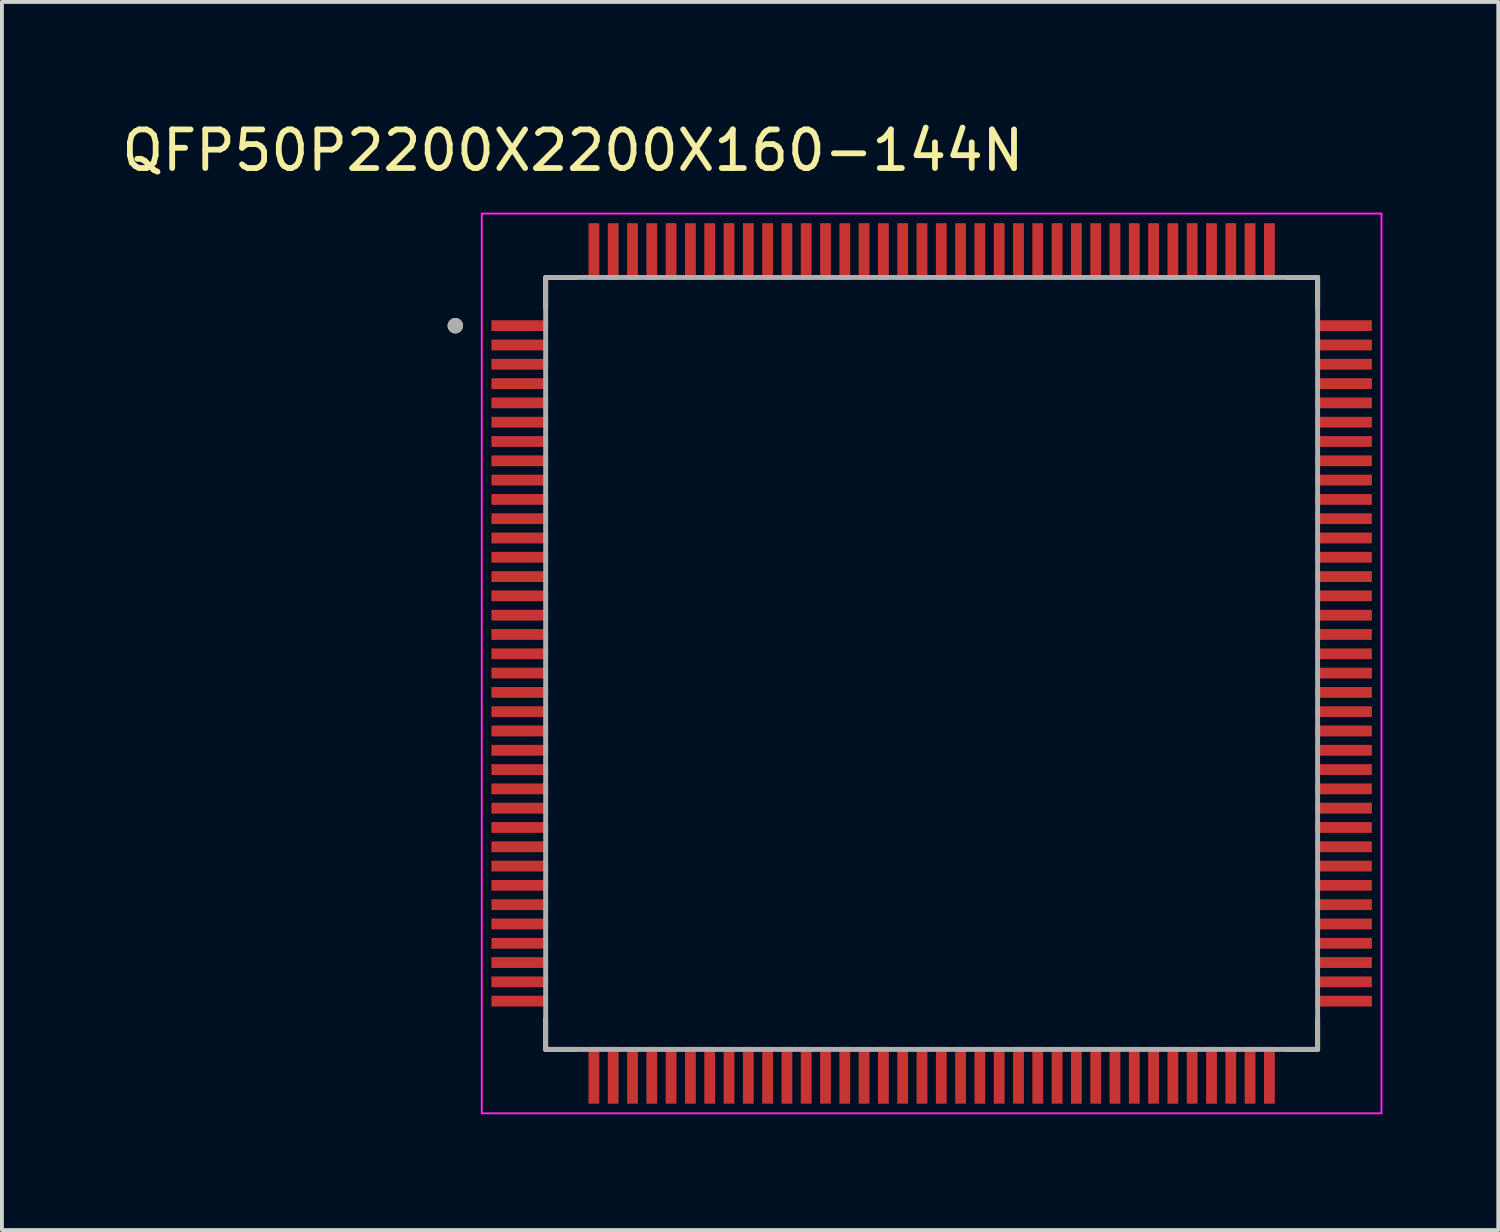
<source format=kicad_pcb>
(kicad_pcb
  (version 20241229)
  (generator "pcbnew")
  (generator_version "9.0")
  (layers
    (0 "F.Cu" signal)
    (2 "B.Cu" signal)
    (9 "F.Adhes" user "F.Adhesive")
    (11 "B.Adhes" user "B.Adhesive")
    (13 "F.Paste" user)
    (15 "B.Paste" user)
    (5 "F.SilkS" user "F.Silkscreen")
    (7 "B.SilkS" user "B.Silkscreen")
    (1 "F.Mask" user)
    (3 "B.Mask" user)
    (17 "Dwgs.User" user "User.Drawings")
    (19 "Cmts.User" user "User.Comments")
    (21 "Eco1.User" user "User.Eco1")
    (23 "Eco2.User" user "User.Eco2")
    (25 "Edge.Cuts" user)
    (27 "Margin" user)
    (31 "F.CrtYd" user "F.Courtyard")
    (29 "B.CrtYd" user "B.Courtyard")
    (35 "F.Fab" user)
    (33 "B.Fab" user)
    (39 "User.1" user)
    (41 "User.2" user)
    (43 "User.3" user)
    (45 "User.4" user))
  (footprint "QFP50P2200X2200X160-144N"
    (layer "F.Cu")
    (at 21.087 14.138)
    (property "Reference" "QFP50P2200X2200X160-144N" (at -9.295 -13.29 0) (layer "F.SilkS") (effects (font (size 1 1) (thickness 0.15))))
    (attr smd)
    (fp_line (start -10 -10) (end -10 -9.21) (stroke (width 0.127) (type solid)) (layer "F.SilkS"))
    (fp_line (start -10 -10) (end -9.21 -10) (stroke (width 0.127) (type solid)) (layer "F.SilkS"))
    (fp_line (start -10 10) (end -10 9.21) (stroke (width 0.127) (type solid)) (layer "F.SilkS"))
    (fp_line (start -10 10) (end -9.21 10) (stroke (width 0.127) (type solid)) (layer "F.SilkS"))
    (fp_line (start 10 -10) (end 9.21 -10) (stroke (width 0.127) (type solid)) (layer "F.SilkS"))
    (fp_line (start 10 -10) (end 10 -9.21) (stroke (width 0.127) (type solid)) (layer "F.SilkS"))
    (fp_line (start 10 10) (end 9.21 10) (stroke (width 0.127) (type solid)) (layer "F.SilkS"))
    (fp_line (start 10 10) (end 10 9.21) (stroke (width 0.127) (type solid)) (layer "F.SilkS"))
    (fp_circle (center -12.34 -8.75) (end -12.24 -8.75) (stroke (width 0.2) (type solid)) (fill no) (layer "F.SilkS"))
    (fp_line (start -11.655 -11.655) (end 11.655 -11.655) (stroke (width 0.05) (type solid)) (layer "F.CrtYd"))
    (fp_line (start -11.655 11.655) (end -11.655 -11.655) (stroke (width 0.05) (type solid)) (layer "F.CrtYd"))
    (fp_line (start -11.655 11.655) (end 11.655 11.655) (stroke (width 0.05) (type solid)) (layer "F.CrtYd"))
    (fp_line (start 11.655 11.655) (end 11.655 -11.655) (stroke (width 0.05) (type solid)) (layer "F.CrtYd"))
    (fp_line (start -10 10) (end -10 -10) (stroke (width 0.127) (type solid)) (layer "F.Fab"))
    (fp_line (start 10 -10) (end -10 -10) (stroke (width 0.127) (type solid)) (layer "F.Fab"))
    (fp_line (start 10 10) (end -10 10) (stroke (width 0.127) (type solid)) (layer "F.Fab"))
    (fp_line (start 10 10) (end 10 -10) (stroke (width 0.127) (type solid)) (layer "F.Fab"))
    (fp_circle (center -12.34 -8.75) (end -12.24 -8.75) (stroke (width 0.2) (type solid)) (fill no) (layer "F.Fab"))
    (pad "1" smd roundrect (at -10.67 -8.75) (size 1.47 0.28) (layers "F.Cu" "F.Mask" "F.Paste") (roundrect_rratio 0.04))
    (pad "2" smd roundrect (at -10.67 -8.25) (size 1.47 0.28) (layers "F.Cu" "F.Mask" "F.Paste") (roundrect_rratio 0.04))
    (pad "3" smd roundrect (at -10.67 -7.75) (size 1.47 0.28) (layers "F.Cu" "F.Mask" "F.Paste") (roundrect_rratio 0.04))
    (pad "4" smd roundrect (at -10.67 -7.25) (size 1.47 0.28) (layers "F.Cu" "F.Mask" "F.Paste") (roundrect_rratio 0.04))
    (pad "5" smd roundrect (at -10.67 -6.75) (size 1.47 0.28) (layers "F.Cu" "F.Mask" "F.Paste") (roundrect_rratio 0.04))
    (pad "6" smd roundrect (at -10.67 -6.25) (size 1.47 0.28) (layers "F.Cu" "F.Mask" "F.Paste") (roundrect_rratio 0.04))
    (pad "7" smd roundrect (at -10.67 -5.75) (size 1.47 0.28) (layers "F.Cu" "F.Mask" "F.Paste") (roundrect_rratio 0.04))
    (pad "8" smd roundrect (at -10.67 -5.25) (size 1.47 0.28) (layers "F.Cu" "F.Mask" "F.Paste") (roundrect_rratio 0.04))
    (pad "9" smd roundrect (at -10.67 -4.75) (size 1.47 0.28) (layers "F.Cu" "F.Mask" "F.Paste") (roundrect_rratio 0.04))
    (pad "10" smd roundrect (at -10.67 -4.25) (size 1.47 0.28) (layers "F.Cu" "F.Mask" "F.Paste") (roundrect_rratio 0.04))
    (pad "11" smd roundrect (at -10.67 -3.75) (size 1.47 0.28) (layers "F.Cu" "F.Mask" "F.Paste") (roundrect_rratio 0.04))
    (pad "12" smd roundrect (at -10.67 -3.25) (size 1.47 0.28) (layers "F.Cu" "F.Mask" "F.Paste") (roundrect_rratio 0.04))
    (pad "13" smd roundrect (at -10.67 -2.75) (size 1.47 0.28) (layers "F.Cu" "F.Mask" "F.Paste") (roundrect_rratio 0.04))
    (pad "14" smd roundrect (at -10.67 -2.25) (size 1.47 0.28) (layers "F.Cu" "F.Mask" "F.Paste") (roundrect_rratio 0.04))
    (pad "15" smd roundrect (at -10.67 -1.75) (size 1.47 0.28) (layers "F.Cu" "F.Mask" "F.Paste") (roundrect_rratio 0.04))
    (pad "16" smd roundrect (at -10.67 -1.25) (size 1.47 0.28) (layers "F.Cu" "F.Mask" "F.Paste") (roundrect_rratio 0.04))
    (pad "17" smd roundrect (at -10.67 -0.75) (size 1.47 0.28) (layers "F.Cu" "F.Mask" "F.Paste") (roundrect_rratio 0.04))
    (pad "18" smd roundrect (at -10.67 -0.25) (size 1.47 0.28) (layers "F.Cu" "F.Mask" "F.Paste") (roundrect_rratio 0.04))
    (pad "19" smd roundrect (at -10.67 0.25) (size 1.47 0.28) (layers "F.Cu" "F.Mask" "F.Paste") (roundrect_rratio 0.04))
    (pad "20" smd roundrect (at -10.67 0.75) (size 1.47 0.28) (layers "F.Cu" "F.Mask" "F.Paste") (roundrect_rratio 0.04))
    (pad "21" smd roundrect (at -10.67 1.25) (size 1.47 0.28) (layers "F.Cu" "F.Mask" "F.Paste") (roundrect_rratio 0.04))
    (pad "22" smd roundrect (at -10.67 1.75) (size 1.47 0.28) (layers "F.Cu" "F.Mask" "F.Paste") (roundrect_rratio 0.04))
    (pad "23" smd roundrect (at -10.67 2.25) (size 1.47 0.28) (layers "F.Cu" "F.Mask" "F.Paste") (roundrect_rratio 0.04))
    (pad "24" smd roundrect (at -10.67 2.75) (size 1.47 0.28) (layers "F.Cu" "F.Mask" "F.Paste") (roundrect_rratio 0.04))
    (pad "25" smd roundrect (at -10.67 3.25) (size 1.47 0.28) (layers "F.Cu" "F.Mask" "F.Paste") (roundrect_rratio 0.04))
    (pad "26" smd roundrect (at -10.67 3.75) (size 1.47 0.28) (layers "F.Cu" "F.Mask" "F.Paste") (roundrect_rratio 0.04))
    (pad "27" smd roundrect (at -10.67 4.25) (size 1.47 0.28) (layers "F.Cu" "F.Mask" "F.Paste") (roundrect_rratio 0.04))
    (pad "28" smd roundrect (at -10.67 4.75) (size 1.47 0.28) (layers "F.Cu" "F.Mask" "F.Paste") (roundrect_rratio 0.04))
    (pad "29" smd roundrect (at -10.67 5.25) (size 1.47 0.28) (layers "F.Cu" "F.Mask" "F.Paste") (roundrect_rratio 0.04))
    (pad "30" smd roundrect (at -10.67 5.75) (size 1.47 0.28) (layers "F.Cu" "F.Mask" "F.Paste") (roundrect_rratio 0.04))
    (pad "31" smd roundrect (at -10.67 6.25) (size 1.47 0.28) (layers "F.Cu" "F.Mask" "F.Paste") (roundrect_rratio 0.04))
    (pad "32" smd roundrect (at -10.67 6.75) (size 1.47 0.28) (layers "F.Cu" "F.Mask" "F.Paste") (roundrect_rratio 0.04))
    (pad "33" smd roundrect (at -10.67 7.25) (size 1.47 0.28) (layers "F.Cu" "F.Mask" "F.Paste") (roundrect_rratio 0.04))
    (pad "34" smd roundrect (at -10.67 7.75) (size 1.47 0.28) (layers "F.Cu" "F.Mask" "F.Paste") (roundrect_rratio 0.04))
    (pad "35" smd roundrect (at -10.67 8.25) (size 1.47 0.28) (layers "F.Cu" "F.Mask" "F.Paste") (roundrect_rratio 0.04))
    (pad "36" smd roundrect (at -10.67 8.75) (size 1.47 0.28) (layers "F.Cu" "F.Mask" "F.Paste") (roundrect_rratio 0.04))
    (pad "37" smd roundrect (at -8.75 10.67 90) (size 1.47 0.28) (layers "F.Cu" "F.Mask" "F.Paste") (roundrect_rratio 0.04))
    (pad "38" smd roundrect (at -8.25 10.67 90) (size 1.47 0.28) (layers "F.Cu" "F.Mask" "F.Paste") (roundrect_rratio 0.04))
    (pad "39" smd roundrect (at -7.75 10.67 90) (size 1.47 0.28) (layers "F.Cu" "F.Mask" "F.Paste") (roundrect_rratio 0.04))
    (pad "40" smd roundrect (at -7.25 10.67 90) (size 1.47 0.28) (layers "F.Cu" "F.Mask" "F.Paste") (roundrect_rratio 0.04))
    (pad "41" smd roundrect (at -6.75 10.67 90) (size 1.47 0.28) (layers "F.Cu" "F.Mask" "F.Paste") (roundrect_rratio 0.04))
    (pad "42" smd roundrect (at -6.25 10.67 90) (size 1.47 0.28) (layers "F.Cu" "F.Mask" "F.Paste") (roundrect_rratio 0.04))
    (pad "43" smd roundrect (at -5.75 10.67 90) (size 1.47 0.28) (layers "F.Cu" "F.Mask" "F.Paste") (roundrect_rratio 0.04))
    (pad "44" smd roundrect (at -5.25 10.67 90) (size 1.47 0.28) (layers "F.Cu" "F.Mask" "F.Paste") (roundrect_rratio 0.04))
    (pad "45" smd roundrect (at -4.75 10.67 90) (size 1.47 0.28) (layers "F.Cu" "F.Mask" "F.Paste") (roundrect_rratio 0.04))
    (pad "46" smd roundrect (at -4.25 10.67 90) (size 1.47 0.28) (layers "F.Cu" "F.Mask" "F.Paste") (roundrect_rratio 0.04))
    (pad "47" smd roundrect (at -3.75 10.67 90) (size 1.47 0.28) (layers "F.Cu" "F.Mask" "F.Paste") (roundrect_rratio 0.04))
    (pad "48" smd roundrect (at -3.25 10.67 90) (size 1.47 0.28) (layers "F.Cu" "F.Mask" "F.Paste") (roundrect_rratio 0.04))
    (pad "49" smd roundrect (at -2.75 10.67 90) (size 1.47 0.28) (layers "F.Cu" "F.Mask" "F.Paste") (roundrect_rratio 0.04))
    (pad "50" smd roundrect (at -2.25 10.67 90) (size 1.47 0.28) (layers "F.Cu" "F.Mask" "F.Paste") (roundrect_rratio 0.04))
    (pad "51" smd roundrect (at -1.75 10.67 90) (size 1.47 0.28) (layers "F.Cu" "F.Mask" "F.Paste") (roundrect_rratio 0.04))
    (pad "52" smd roundrect (at -1.25 10.67 90) (size 1.47 0.28) (layers "F.Cu" "F.Mask" "F.Paste") (roundrect_rratio 0.04))
    (pad "53" smd roundrect (at -0.75 10.67 90) (size 1.47 0.28) (layers "F.Cu" "F.Mask" "F.Paste") (roundrect_rratio 0.04))
    (pad "54" smd roundrect (at -0.25 10.67 90) (size 1.47 0.28) (layers "F.Cu" "F.Mask" "F.Paste") (roundrect_rratio 0.04))
    (pad "55" smd roundrect (at 0.25 10.67 90) (size 1.47 0.28) (layers "F.Cu" "F.Mask" "F.Paste") (roundrect_rratio 0.04))
    (pad "56" smd roundrect (at 0.75 10.67 90) (size 1.47 0.28) (layers "F.Cu" "F.Mask" "F.Paste") (roundrect_rratio 0.04))
    (pad "57" smd roundrect (at 1.25 10.67 90) (size 1.47 0.28) (layers "F.Cu" "F.Mask" "F.Paste") (roundrect_rratio 0.04))
    (pad "58" smd roundrect (at 1.75 10.67 90) (size 1.47 0.28) (layers "F.Cu" "F.Mask" "F.Paste") (roundrect_rratio 0.04))
    (pad "59" smd roundrect (at 2.25 10.67 90) (size 1.47 0.28) (layers "F.Cu" "F.Mask" "F.Paste") (roundrect_rratio 0.04))
    (pad "60" smd roundrect (at 2.75 10.67 90) (size 1.47 0.28) (layers "F.Cu" "F.Mask" "F.Paste") (roundrect_rratio 0.04))
    (pad "61" smd roundrect (at 3.25 10.67 90) (size 1.47 0.28) (layers "F.Cu" "F.Mask" "F.Paste") (roundrect_rratio 0.04))
    (pad "62" smd roundrect (at 3.75 10.67 90) (size 1.47 0.28) (layers "F.Cu" "F.Mask" "F.Paste") (roundrect_rratio 0.04))
    (pad "63" smd roundrect (at 4.25 10.67 90) (size 1.47 0.28) (layers "F.Cu" "F.Mask" "F.Paste") (roundrect_rratio 0.04))
    (pad "64" smd roundrect (at 4.75 10.67 90) (size 1.47 0.28) (layers "F.Cu" "F.Mask" "F.Paste") (roundrect_rratio 0.04))
    (pad "65" smd roundrect (at 5.25 10.67 90) (size 1.47 0.28) (layers "F.Cu" "F.Mask" "F.Paste") (roundrect_rratio 0.04))
    (pad "66" smd roundrect (at 5.75 10.67 90) (size 1.47 0.28) (layers "F.Cu" "F.Mask" "F.Paste") (roundrect_rratio 0.04))
    (pad "67" smd roundrect (at 6.25 10.67 90) (size 1.47 0.28) (layers "F.Cu" "F.Mask" "F.Paste") (roundrect_rratio 0.04))
    (pad "68" smd roundrect (at 6.75 10.67 90) (size 1.47 0.28) (layers "F.Cu" "F.Mask" "F.Paste") (roundrect_rratio 0.04))
    (pad "69" smd roundrect (at 7.25 10.67 90) (size 1.47 0.28) (layers "F.Cu" "F.Mask" "F.Paste") (roundrect_rratio 0.04))
    (pad "70" smd roundrect (at 7.75 10.67 90) (size 1.47 0.28) (layers "F.Cu" "F.Mask" "F.Paste") (roundrect_rratio 0.04))
    (pad "71" smd roundrect (at 8.25 10.67 90) (size 1.47 0.28) (layers "F.Cu" "F.Mask" "F.Paste") (roundrect_rratio 0.04))
    (pad "72" smd roundrect (at 8.75 10.67 90) (size 1.47 0.28) (layers "F.Cu" "F.Mask" "F.Paste") (roundrect_rratio 0.04))
    (pad "73" smd roundrect (at 10.67 8.75) (size 1.47 0.28) (layers "F.Cu" "F.Mask" "F.Paste") (roundrect_rratio 0.04))
    (pad "74" smd roundrect (at 10.67 8.25) (size 1.47 0.28) (layers "F.Cu" "F.Mask" "F.Paste") (roundrect_rratio 0.04))
    (pad "75" smd roundrect (at 10.67 7.75) (size 1.47 0.28) (layers "F.Cu" "F.Mask" "F.Paste") (roundrect_rratio 0.04))
    (pad "76" smd roundrect (at 10.67 7.25) (size 1.47 0.28) (layers "F.Cu" "F.Mask" "F.Paste") (roundrect_rratio 0.04))
    (pad "77" smd roundrect (at 10.67 6.75) (size 1.47 0.28) (layers "F.Cu" "F.Mask" "F.Paste") (roundrect_rratio 0.04))
    (pad "78" smd roundrect (at 10.67 6.25) (size 1.47 0.28) (layers "F.Cu" "F.Mask" "F.Paste") (roundrect_rratio 0.04))
    (pad "79" smd roundrect (at 10.67 5.75) (size 1.47 0.28) (layers "F.Cu" "F.Mask" "F.Paste") (roundrect_rratio 0.04))
    (pad "80" smd roundrect (at 10.67 5.25) (size 1.47 0.28) (layers "F.Cu" "F.Mask" "F.Paste") (roundrect_rratio 0.04))
    (pad "81" smd roundrect (at 10.67 4.75) (size 1.47 0.28) (layers "F.Cu" "F.Mask" "F.Paste") (roundrect_rratio 0.04))
    (pad "82" smd roundrect (at 10.67 4.25) (size 1.47 0.28) (layers "F.Cu" "F.Mask" "F.Paste") (roundrect_rratio 0.04))
    (pad "83" smd roundrect (at 10.67 3.75) (size 1.47 0.28) (layers "F.Cu" "F.Mask" "F.Paste") (roundrect_rratio 0.04))
    (pad "84" smd roundrect (at 10.67 3.25) (size 1.47 0.28) (layers "F.Cu" "F.Mask" "F.Paste") (roundrect_rratio 0.04))
    (pad "85" smd roundrect (at 10.67 2.75) (size 1.47 0.28) (layers "F.Cu" "F.Mask" "F.Paste") (roundrect_rratio 0.04))
    (pad "86" smd roundrect (at 10.67 2.25) (size 1.47 0.28) (layers "F.Cu" "F.Mask" "F.Paste") (roundrect_rratio 0.04))
    (pad "87" smd roundrect (at 10.67 1.75) (size 1.47 0.28) (layers "F.Cu" "F.Mask" "F.Paste") (roundrect_rratio 0.04))
    (pad "88" smd roundrect (at 10.67 1.25) (size 1.47 0.28) (layers "F.Cu" "F.Mask" "F.Paste") (roundrect_rratio 0.04))
    (pad "89" smd roundrect (at 10.67 0.75) (size 1.47 0.28) (layers "F.Cu" "F.Mask" "F.Paste") (roundrect_rratio 0.04))
    (pad "90" smd roundrect (at 10.67 0.25) (size 1.47 0.28) (layers "F.Cu" "F.Mask" "F.Paste") (roundrect_rratio 0.04))
    (pad "91" smd roundrect (at 10.67 -0.25) (size 1.47 0.28) (layers "F.Cu" "F.Mask" "F.Paste") (roundrect_rratio 0.04))
    (pad "92" smd roundrect (at 10.67 -0.75) (size 1.47 0.28) (layers "F.Cu" "F.Mask" "F.Paste") (roundrect_rratio 0.04))
    (pad "93" smd roundrect (at 10.67 -1.25) (size 1.47 0.28) (layers "F.Cu" "F.Mask" "F.Paste") (roundrect_rratio 0.04))
    (pad "94" smd roundrect (at 10.67 -1.75) (size 1.47 0.28) (layers "F.Cu" "F.Mask" "F.Paste") (roundrect_rratio 0.04))
    (pad "95" smd roundrect (at 10.67 -2.25) (size 1.47 0.28) (layers "F.Cu" "F.Mask" "F.Paste") (roundrect_rratio 0.04))
    (pad "96" smd roundrect (at 10.67 -2.75) (size 1.47 0.28) (layers "F.Cu" "F.Mask" "F.Paste") (roundrect_rratio 0.04))
    (pad "97" smd roundrect (at 10.67 -3.25) (size 1.47 0.28) (layers "F.Cu" "F.Mask" "F.Paste") (roundrect_rratio 0.04))
    (pad "98" smd roundrect (at 10.67 -3.75) (size 1.47 0.28) (layers "F.Cu" "F.Mask" "F.Paste") (roundrect_rratio 0.04))
    (pad "99" smd roundrect (at 10.67 -4.25) (size 1.47 0.28) (layers "F.Cu" "F.Mask" "F.Paste") (roundrect_rratio 0.04))
    (pad "100" smd roundrect (at 10.67 -4.75) (size 1.47 0.28) (layers "F.Cu" "F.Mask" "F.Paste") (roundrect_rratio 0.04))
    (pad "101" smd roundrect (at 10.67 -5.25) (size 1.47 0.28) (layers "F.Cu" "F.Mask" "F.Paste") (roundrect_rratio 0.04))
    (pad "102" smd roundrect (at 10.67 -5.75) (size 1.47 0.28) (layers "F.Cu" "F.Mask" "F.Paste") (roundrect_rratio 0.04))
    (pad "103" smd roundrect (at 10.67 -6.25) (size 1.47 0.28) (layers "F.Cu" "F.Mask" "F.Paste") (roundrect_rratio 0.04))
    (pad "104" smd roundrect (at 10.67 -6.75) (size 1.47 0.28) (layers "F.Cu" "F.Mask" "F.Paste") (roundrect_rratio 0.04))
    (pad "105" smd roundrect (at 10.67 -7.25) (size 1.47 0.28) (layers "F.Cu" "F.Mask" "F.Paste") (roundrect_rratio 0.04))
    (pad "106" smd roundrect (at 10.67 -7.75) (size 1.47 0.28) (layers "F.Cu" "F.Mask" "F.Paste") (roundrect_rratio 0.04))
    (pad "107" smd roundrect (at 10.67 -8.25) (size 1.47 0.28) (layers "F.Cu" "F.Mask" "F.Paste") (roundrect_rratio 0.04))
    (pad "108" smd roundrect (at 10.67 -8.75) (size 1.47 0.28) (layers "F.Cu" "F.Mask" "F.Paste") (roundrect_rratio 0.04))
    (pad "109" smd roundrect (at 8.75 -10.67 90) (size 1.47 0.28) (layers "F.Cu" "F.Mask" "F.Paste") (roundrect_rratio 0.04))
    (pad "110" smd roundrect (at 8.25 -10.67 90) (size 1.47 0.28) (layers "F.Cu" "F.Mask" "F.Paste") (roundrect_rratio 0.04))
    (pad "111" smd roundrect (at 7.75 -10.67 90) (size 1.47 0.28) (layers "F.Cu" "F.Mask" "F.Paste") (roundrect_rratio 0.04))
    (pad "112" smd roundrect (at 7.25 -10.67 90) (size 1.47 0.28) (layers "F.Cu" "F.Mask" "F.Paste") (roundrect_rratio 0.04))
    (pad "113" smd roundrect (at 6.75 -10.67 90) (size 1.47 0.28) (layers "F.Cu" "F.Mask" "F.Paste") (roundrect_rratio 0.04))
    (pad "114" smd roundrect (at 6.25 -10.67 90) (size 1.47 0.28) (layers "F.Cu" "F.Mask" "F.Paste") (roundrect_rratio 0.04))
    (pad "115" smd roundrect (at 5.75 -10.67 90) (size 1.47 0.28) (layers "F.Cu" "F.Mask" "F.Paste") (roundrect_rratio 0.04))
    (pad "116" smd roundrect (at 5.25 -10.67 90) (size 1.47 0.28) (layers "F.Cu" "F.Mask" "F.Paste") (roundrect_rratio 0.04))
    (pad "117" smd roundrect (at 4.75 -10.67 90) (size 1.47 0.28) (layers "F.Cu" "F.Mask" "F.Paste") (roundrect_rratio 0.04))
    (pad "118" smd roundrect (at 4.25 -10.67 90) (size 1.47 0.28) (layers "F.Cu" "F.Mask" "F.Paste") (roundrect_rratio 0.04))
    (pad "119" smd roundrect (at 3.75 -10.67 90) (size 1.47 0.28) (layers "F.Cu" "F.Mask" "F.Paste") (roundrect_rratio 0.04))
    (pad "120" smd roundrect (at 3.25 -10.67 90) (size 1.47 0.28) (layers "F.Cu" "F.Mask" "F.Paste") (roundrect_rratio 0.04))
    (pad "121" smd roundrect (at 2.75 -10.67 90) (size 1.47 0.28) (layers "F.Cu" "F.Mask" "F.Paste") (roundrect_rratio 0.04))
    (pad "122" smd roundrect (at 2.25 -10.67 90) (size 1.47 0.28) (layers "F.Cu" "F.Mask" "F.Paste") (roundrect_rratio 0.04))
    (pad "123" smd roundrect (at 1.75 -10.67 90) (size 1.47 0.28) (layers "F.Cu" "F.Mask" "F.Paste") (roundrect_rratio 0.04))
    (pad "124" smd roundrect (at 1.25 -10.67 90) (size 1.47 0.28) (layers "F.Cu" "F.Mask" "F.Paste") (roundrect_rratio 0.04))
    (pad "125" smd roundrect (at 0.75 -10.67 90) (size 1.47 0.28) (layers "F.Cu" "F.Mask" "F.Paste") (roundrect_rratio 0.04))
    (pad "126" smd roundrect (at 0.25 -10.67 90) (size 1.47 0.28) (layers "F.Cu" "F.Mask" "F.Paste") (roundrect_rratio 0.04))
    (pad "127" smd roundrect (at -0.25 -10.67 90) (size 1.47 0.28) (layers "F.Cu" "F.Mask" "F.Paste") (roundrect_rratio 0.04))
    (pad "128" smd roundrect (at -0.75 -10.67 90) (size 1.47 0.28) (layers "F.Cu" "F.Mask" "F.Paste") (roundrect_rratio 0.04))
    (pad "129" smd roundrect (at -1.25 -10.67 90) (size 1.47 0.28) (layers "F.Cu" "F.Mask" "F.Paste") (roundrect_rratio 0.04))
    (pad "130" smd roundrect (at -1.75 -10.67 90) (size 1.47 0.28) (layers "F.Cu" "F.Mask" "F.Paste") (roundrect_rratio 0.04))
    (pad "131" smd roundrect (at -2.25 -10.67 90) (size 1.47 0.28) (layers "F.Cu" "F.Mask" "F.Paste") (roundrect_rratio 0.04))
    (pad "132" smd roundrect (at -2.75 -10.67 90) (size 1.47 0.28) (layers "F.Cu" "F.Mask" "F.Paste") (roundrect_rratio 0.04))
    (pad "133" smd roundrect (at -3.25 -10.67 90) (size 1.47 0.28) (layers "F.Cu" "F.Mask" "F.Paste") (roundrect_rratio 0.04))
    (pad "134" smd roundrect (at -3.75 -10.67 90) (size 1.47 0.28) (layers "F.Cu" "F.Mask" "F.Paste") (roundrect_rratio 0.04))
    (pad "135" smd roundrect (at -4.25 -10.67 90) (size 1.47 0.28) (layers "F.Cu" "F.Mask" "F.Paste") (roundrect_rratio 0.04))
    (pad "136" smd roundrect (at -4.75 -10.67 90) (size 1.47 0.28) (layers "F.Cu" "F.Mask" "F.Paste") (roundrect_rratio 0.04))
    (pad "137" smd roundrect (at -5.25 -10.67 90) (size 1.47 0.28) (layers "F.Cu" "F.Mask" "F.Paste") (roundrect_rratio 0.04))
    (pad "138" smd roundrect (at -5.75 -10.67 90) (size 1.47 0.28) (layers "F.Cu" "F.Mask" "F.Paste") (roundrect_rratio 0.04))
    (pad "139" smd roundrect (at -6.25 -10.67 90) (size 1.47 0.28) (layers "F.Cu" "F.Mask" "F.Paste") (roundrect_rratio 0.04))
    (pad "140" smd roundrect (at -6.75 -10.67 90) (size 1.47 0.28) (layers "F.Cu" "F.Mask" "F.Paste") (roundrect_rratio 0.04))
    (pad "141" smd roundrect (at -7.25 -10.67 90) (size 1.47 0.28) (layers "F.Cu" "F.Mask" "F.Paste") (roundrect_rratio 0.04))
    (pad "142" smd roundrect (at -7.75 -10.67 90) (size 1.47 0.28) (layers "F.Cu" "F.Mask" "F.Paste") (roundrect_rratio 0.04))
    (pad "143" smd roundrect (at -8.25 -10.67 90) (size 1.47 0.28) (layers "F.Cu" "F.Mask" "F.Paste") (roundrect_rratio 0.04))
    (pad "144" smd roundrect (at -8.75 -10.67 90) (size 1.47 0.28) (layers "F.Cu" "F.Mask" "F.Paste") (roundrect_rratio 0.04)))
  (gr_rect
    (start -3 -3)
    (end 35.767 28.818)
    (stroke (width 0.1) (type default))
    (fill no)
    (layer "Edge.Cuts")))
</source>
